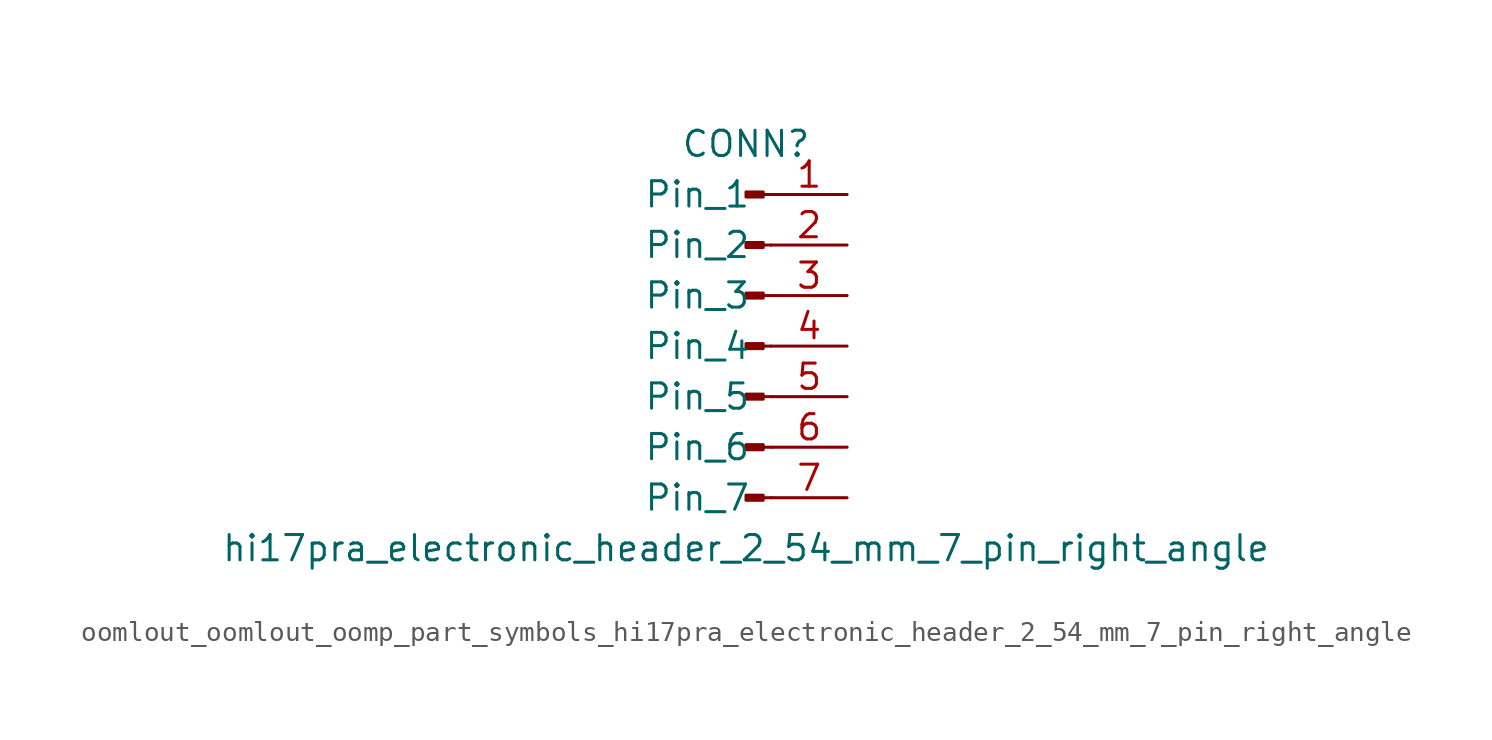
<source format=kicad_sym>
(kicad_symbol_lib
  (version 20220914)
  (generator kicad_symbol_editor)
  (symbol "oomlout_oomlout_oomp_part_symbols_hi17pra_electronic_header_2_54_mm_7_pin_right_angle"
    (pin_names
      (offset 1.016))
    (property "Reference" "CONN"
      (at 0 10.16 0)
      (effects (font (size 1.27 1.27))))
    (property "Value" "hi17pra_electronic_header_2_54_mm_7_pin_right_angle"
      (at 0 -10.16 0)
      (effects (font (size 1.27 1.27))))
    (property "ki_locked" ""
      (at 0 0 0)
      (effects (font (size 1.27 1.27))))
    (symbol "oomlout_oomlout_oomp_part_symbols_hi17pra_electronic_header_2_54_mm_7_pin_right_angle_1_1"
      (polyline (pts (xy 1.27 -7.62) (xy 0.864 -7.62)) (stroke (width 0.152) (type default)) (fill (type none)))
      (polyline (pts (xy 1.27 -5.08) (xy 0.864 -5.08)) (stroke (width 0.152) (type default)) (fill (type none)))
      (polyline (pts (xy 1.27 -2.54) (xy 0.864 -2.54)) (stroke (width 0.152) (type default)) (fill (type none)))
      (polyline (pts (xy 1.27 0) (xy 0.864 0)) (stroke (width 0.152) (type default)) (fill (type none)))
      (polyline (pts (xy 1.27 2.54) (xy 0.864 2.54)) (stroke (width 0.152) (type default)) (fill (type none)))
      (polyline (pts (xy 1.27 5.08) (xy 0.864 5.08)) (stroke (width 0.152) (type default)) (fill (type none)))
      (polyline (pts (xy 1.27 7.62) (xy 0.864 7.62)) (stroke (width 0.152) (type default)) (fill (type none)))
      (rectangle (start 0.864 -7.493) (end 0 -7.747) (stroke (width 0.152) (type default)) (fill (type outline)))
      (rectangle (start 0.864 -4.953) (end 0 -5.207) (stroke (width 0.152) (type default)) (fill (type outline)))
      (rectangle (start 0.864 -2.413) (end 0 -2.667) (stroke (width 0.152) (type default)) (fill (type outline)))
      (rectangle (start 0.864 0.127) (end 0 -0.127) (stroke (width 0.152) (type default)) (fill (type outline)))
      (rectangle (start 0.864 2.667) (end 0 2.413) (stroke (width 0.152) (type default)) (fill (type outline)))
      (rectangle (start 0.864 5.207) (end 0 4.953) (stroke (width 0.152) (type default)) (fill (type outline)))
      (rectangle (start 0.864 7.747) (end 0 7.493) (stroke (width 0.152) (type default)) (fill (type outline)))
      (pin passive line (at 5.08 7.62 180) (length 3.81) (name "Pin_1" (effects (font (size 1.27 1.27)))) (number "1" (effects (font (size 1.27 1.27)))))
      (pin passive line (at 5.08 5.08 180) (length 3.81) (name "Pin_2" (effects (font (size 1.27 1.27)))) (number "2" (effects (font (size 1.27 1.27)))))
      (pin passive line (at 5.08 2.54 180) (length 3.81) (name "Pin_3" (effects (font (size 1.27 1.27)))) (number "3" (effects (font (size 1.27 1.27)))))
      (pin passive line (at 5.08 0 180) (length 3.81) (name "Pin_4" (effects (font (size 1.27 1.27)))) (number "4" (effects (font (size 1.27 1.27)))))
      (pin passive line (at 5.08 -2.54 180) (length 3.81) (name "Pin_5" (effects (font (size 1.27 1.27)))) (number "5" (effects (font (size 1.27 1.27)))))
      (pin passive line (at 5.08 -5.08 180) (length 3.81) (name "Pin_6" (effects (font (size 1.27 1.27)))) (number "6" (effects (font (size 1.27 1.27)))))
      (pin passive line (at 5.08 -7.62 180) (length 3.81) (name "Pin_7" (effects (font (size 1.27 1.27)))) (number "7" (effects (font (size 1.27 1.27))))))))
</source>
